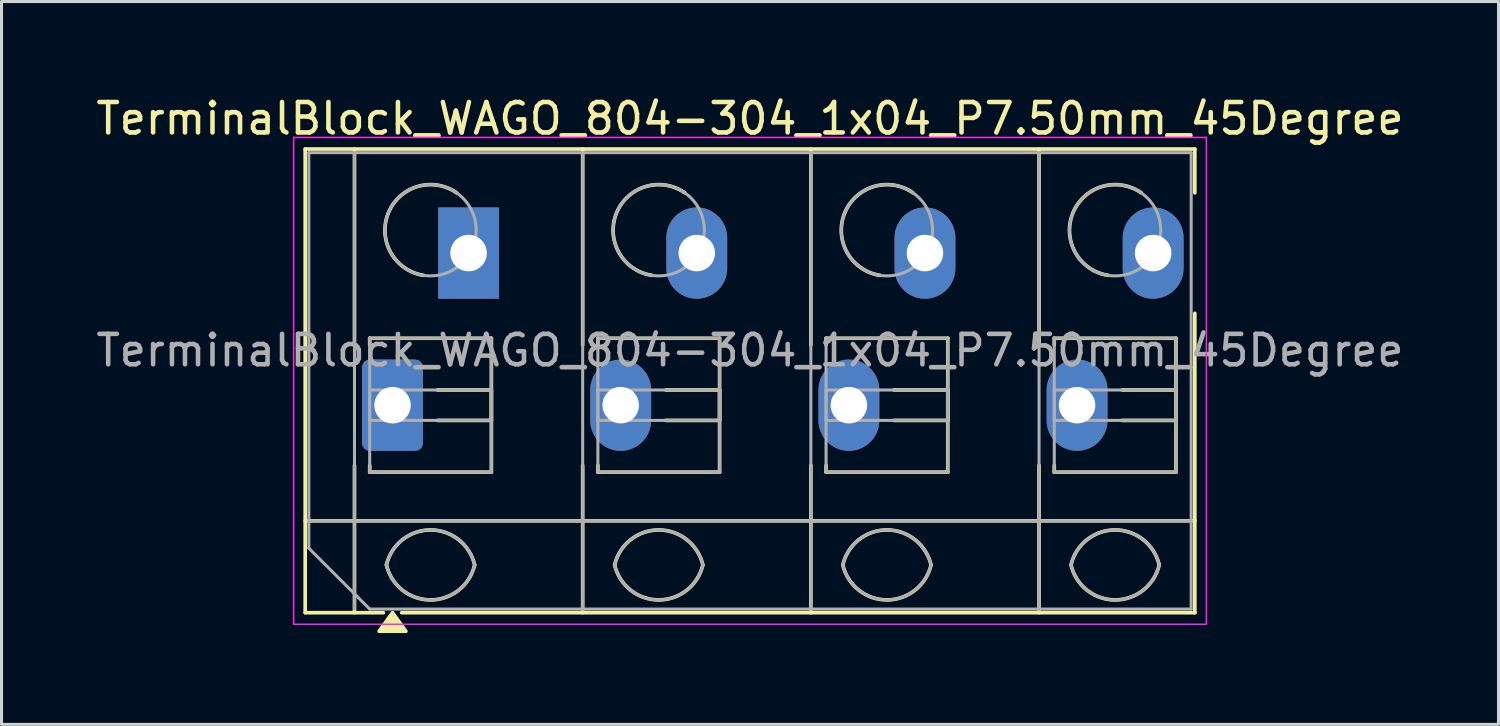
<source format=kicad_pcb>
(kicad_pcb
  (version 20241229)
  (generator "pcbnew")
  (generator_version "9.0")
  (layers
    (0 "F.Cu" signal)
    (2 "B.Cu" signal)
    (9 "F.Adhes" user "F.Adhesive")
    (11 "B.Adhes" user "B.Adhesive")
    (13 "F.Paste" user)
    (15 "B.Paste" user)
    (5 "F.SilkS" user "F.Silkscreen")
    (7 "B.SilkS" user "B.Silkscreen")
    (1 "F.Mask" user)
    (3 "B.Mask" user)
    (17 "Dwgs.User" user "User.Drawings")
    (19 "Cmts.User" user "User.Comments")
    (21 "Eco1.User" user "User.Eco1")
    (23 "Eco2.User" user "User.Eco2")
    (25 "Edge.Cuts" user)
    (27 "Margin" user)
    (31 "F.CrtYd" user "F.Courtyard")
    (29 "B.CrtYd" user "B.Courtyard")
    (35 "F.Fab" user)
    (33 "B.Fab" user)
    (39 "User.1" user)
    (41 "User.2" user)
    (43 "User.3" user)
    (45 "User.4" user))
  (footprint "TerminalBlock_WAGO_804-304_1x04_P7.50mm_45Degree"
    (layer "F.Cu")
    (at 9.851 10.268)
    (property "Reference" "TerminalBlock_WAGO_804-304_1x04_P7.50mm_45Degree" (at 11.75 -9.42 0) (layer "F.SilkS") (effects (font (size 1 1) (thickness 0.15))))
    (attr through_hole)
    (fp_line (start -2.87 -8.42) (end 26.37 -8.42) (stroke (width 0.12) (type solid)) (layer "F.SilkS"))
    (fp_line (start -2.87 3.8) (end 26.37 3.8) (stroke (width 0.12) (type solid)) (layer "F.SilkS"))
    (fp_line (start -2.87 6.82) (end -2.87 -8.42) (stroke (width 0.12) (type solid)) (layer "F.SilkS"))
    (fp_line (start -1.25 -8.42) (end -1.25 -1.98) (stroke (width 0.12) (type solid)) (layer "F.SilkS"))
    (fp_line (start -1.25 1.98) (end -1.25 6.82) (stroke (width 0.12) (type solid)) (layer "F.SilkS"))
    (fp_line (start -0.75 -2.2) (end 3.25 -2.2) (stroke (width 0.12) (type solid)) (layer "F.SilkS"))
    (fp_line (start -0.75 -1.98) (end -0.75 -2.2) (stroke (width 0.12) (type solid)) (layer "F.SilkS"))
    (fp_line (start -0.75 2.2) (end -0.75 1.98) (stroke (width 0.12) (type solid)) (layer "F.SilkS"))
    (fp_line (start -0.3 6.82) (end -2.87 6.82) (stroke (width 0.12) (type solid)) (layer "F.SilkS"))
    (fp_line (start 1.48 -0.5) (end 3.25 -0.5) (stroke (width 0.12) (type solid)) (layer "F.SilkS"))
    (fp_line (start 3.25 -2.2) (end 3.25 2.2) (stroke (width 0.12) (type solid)) (layer "F.SilkS"))
    (fp_line (start 3.25 -0.5) (end 3.25 0.5) (stroke (width 0.12) (type solid)) (layer "F.SilkS"))
    (fp_line (start 3.25 0.5) (end 1.48 0.5) (stroke (width 0.12) (type solid)) (layer "F.SilkS"))
    (fp_line (start 3.25 2.2) (end -0.75 2.2) (stroke (width 0.12) (type solid)) (layer "F.SilkS"))
    (fp_line (start 6.25 -8.42) (end 6.25 -1.98) (stroke (width 0.12) (type solid)) (layer "F.SilkS"))
    (fp_line (start 6.25 1.98) (end 6.25 6.82) (stroke (width 0.12) (type solid)) (layer "F.SilkS"))
    (fp_line (start 6.75 -2.2) (end 10.75 -2.2) (stroke (width 0.12) (type solid)) (layer "F.SilkS"))
    (fp_line (start 6.75 -1.98) (end 6.75 -2.2) (stroke (width 0.12) (type solid)) (layer "F.SilkS"))
    (fp_line (start 6.75 2.2) (end 6.75 1.98) (stroke (width 0.12) (type solid)) (layer "F.SilkS"))
    (fp_line (start 8.98 -0.5) (end 10.75 -0.5) (stroke (width 0.12) (type solid)) (layer "F.SilkS"))
    (fp_line (start 10.75 -2.2) (end 10.75 2.2) (stroke (width 0.12) (type solid)) (layer "F.SilkS"))
    (fp_line (start 10.75 -0.5) (end 10.75 0.5) (stroke (width 0.12) (type solid)) (layer "F.SilkS"))
    (fp_line (start 10.75 0.5) (end 8.98 0.5) (stroke (width 0.12) (type solid)) (layer "F.SilkS"))
    (fp_line (start 10.75 2.2) (end 6.75 2.2) (stroke (width 0.12) (type solid)) (layer "F.SilkS"))
    (fp_line (start 13.75 -8.42) (end 13.75 -1.98) (stroke (width 0.12) (type solid)) (layer "F.SilkS"))
    (fp_line (start 13.75 1.98) (end 13.75 6.82) (stroke (width 0.12) (type solid)) (layer "F.SilkS"))
    (fp_line (start 14.25 -2.2) (end 18.25 -2.2) (stroke (width 0.12) (type solid)) (layer "F.SilkS"))
    (fp_line (start 14.25 -1.98) (end 14.25 -2.2) (stroke (width 0.12) (type solid)) (layer "F.SilkS"))
    (fp_line (start 14.25 2.2) (end 14.25 1.98) (stroke (width 0.12) (type solid)) (layer "F.SilkS"))
    (fp_line (start 16.48 -0.5) (end 18.25 -0.5) (stroke (width 0.12) (type solid)) (layer "F.SilkS"))
    (fp_line (start 18.25 -2.2) (end 18.25 2.2) (stroke (width 0.12) (type solid)) (layer "F.SilkS"))
    (fp_line (start 18.25 -0.5) (end 18.25 0.5) (stroke (width 0.12) (type solid)) (layer "F.SilkS"))
    (fp_line (start 18.25 0.5) (end 16.48 0.5) (stroke (width 0.12) (type solid)) (layer "F.SilkS"))
    (fp_line (start 18.25 2.2) (end 14.25 2.2) (stroke (width 0.12) (type solid)) (layer "F.SilkS"))
    (fp_line (start 21.25 -8.42) (end 21.25 -1.98) (stroke (width 0.12) (type solid)) (layer "F.SilkS"))
    (fp_line (start 21.25 1.98) (end 21.25 6.82) (stroke (width 0.12) (type solid)) (layer "F.SilkS"))
    (fp_line (start 21.75 -2.2) (end 25.75 -2.2) (stroke (width 0.12) (type solid)) (layer "F.SilkS"))
    (fp_line (start 21.75 -1.98) (end 21.75 -2.2) (stroke (width 0.12) (type solid)) (layer "F.SilkS"))
    (fp_line (start 21.75 2.2) (end 21.75 1.98) (stroke (width 0.12) (type solid)) (layer "F.SilkS"))
    (fp_line (start 23.98 -0.5) (end 25.75 -0.5) (stroke (width 0.12) (type solid)) (layer "F.SilkS"))
    (fp_line (start 25.75 -2.2) (end 25.75 2.2) (stroke (width 0.12) (type solid)) (layer "F.SilkS"))
    (fp_line (start 25.75 -0.5) (end 25.75 0.5) (stroke (width 0.12) (type solid)) (layer "F.SilkS"))
    (fp_line (start 25.75 0.5) (end 23.98 0.5) (stroke (width 0.12) (type solid)) (layer "F.SilkS"))
    (fp_line (start 25.75 2.2) (end 21.75 2.2) (stroke (width 0.12) (type solid)) (layer "F.SilkS"))
    (fp_line (start 26.37 -8.42) (end 26.37 -6.98) (stroke (width 0.12) (type solid)) (layer "F.SilkS"))
    (fp_line (start 26.37 -3.02) (end 26.37 6.82) (stroke (width 0.12) (type solid)) (layer "F.SilkS"))
    (fp_line (start 26.37 6.82) (end 0.3 6.82) (stroke (width 0.12) (type solid)) (layer "F.SilkS"))
    (fp_arc (start -0.2 5.25) (mid 1.25 4.1) (end 2.7 5.25) (stroke (width 0.12) (type solid)) (layer "F.SilkS"))
    (fp_arc (start 1.02 -4.268) (mid -0.141916 -6.309209) (end 2.109 -6.98) (stroke (width 0.12) (type solid)) (layer "F.SilkS"))
    (fp_arc (start 2.7 5.25) (mid 1.25 6.4) (end -0.2 5.25) (stroke (width 0.12) (type solid)) (layer "F.SilkS"))
    (fp_arc (start 7.3 5.25) (mid 8.75 4.1) (end 10.2 5.25) (stroke (width 0.12) (type solid)) (layer "F.SilkS"))
    (fp_arc (start 8.52 -4.268) (mid 7.358084 -6.309209) (end 9.609 -6.98) (stroke (width 0.12) (type solid)) (layer "F.SilkS"))
    (fp_arc (start 10.2 5.25) (mid 8.75 6.4) (end 7.3 5.25) (stroke (width 0.12) (type solid)) (layer "F.SilkS"))
    (fp_arc (start 14.8 5.25) (mid 16.25 4.1) (end 17.7 5.25) (stroke (width 0.12) (type solid)) (layer "F.SilkS"))
    (fp_arc (start 16.02 -4.268) (mid 14.858084 -6.309209) (end 17.109 -6.98) (stroke (width 0.12) (type solid)) (layer "F.SilkS"))
    (fp_arc (start 17.7 5.25) (mid 16.25 6.4) (end 14.8 5.25) (stroke (width 0.12) (type solid)) (layer "F.SilkS"))
    (fp_arc (start 22.3 5.25) (mid 23.75 4.1) (end 25.2 5.25) (stroke (width 0.12) (type solid)) (layer "F.SilkS"))
    (fp_arc (start 23.52 -4.268) (mid 22.358084 -6.309209) (end 24.609 -6.98) (stroke (width 0.12) (type solid)) (layer "F.SilkS"))
    (fp_arc (start 25.2 5.25) (mid 23.75 6.4) (end 22.3 5.25) (stroke (width 0.12) (type solid)) (layer "F.SilkS"))
    (fp_poly (pts (xy 0 6.82) (xy 0.44 7.43) (xy -0.44 7.43)) (stroke (width 0.12) (type solid)) (fill yes) (layer "F.SilkS"))
    (fp_line (start -3.25 -8.8) (end -3.25 7.2) (stroke (width 0.05) (type solid)) (layer "F.CrtYd"))
    (fp_line (start -3.25 7.2) (end 26.75 7.2) (stroke (width 0.05) (type solid)) (layer "F.CrtYd"))
    (fp_line (start 26.75 -8.8) (end -3.25 -8.8) (stroke (width 0.05) (type solid)) (layer "F.CrtYd"))
    (fp_line (start 26.75 7.2) (end 26.75 -8.8) (stroke (width 0.05) (type solid)) (layer "F.CrtYd"))
    (fp_line (start -2.75 -8.3) (end 26.25 -8.3) (stroke (width 0.1) (type solid)) (layer "F.Fab"))
    (fp_line (start -2.75 3.8) (end 26.25 3.8) (stroke (width 0.1) (type solid)) (layer "F.Fab"))
    (fp_line (start -2.75 4.7) (end -2.75 -8.3) (stroke (width 0.1) (type solid)) (layer "F.Fab"))
    (fp_line (start -1.25 -8.3) (end -1.25 6.7) (stroke (width 0.1) (type solid)) (layer "F.Fab"))
    (fp_line (start -0.75 -2.2) (end -0.75 2.2) (stroke (width 0.1) (type solid)) (layer "F.Fab"))
    (fp_line (start -0.75 -0.5) (end -0.75 0.5) (stroke (width 0.1) (type solid)) (layer "F.Fab"))
    (fp_line (start -0.75 0.5) (end 3.25 0.5) (stroke (width 0.1) (type solid)) (layer "F.Fab"))
    (fp_line (start -0.75 2.2) (end 3.25 2.2) (stroke (width 0.1) (type solid)) (layer "F.Fab"))
    (fp_line (start -0.75 6.7) (end -2.75 4.7) (stroke (width 0.1) (type solid)) (layer "F.Fab"))
    (fp_line (start 3.25 -2.2) (end -0.75 -2.2) (stroke (width 0.1) (type solid)) (layer "F.Fab"))
    (fp_line (start 3.25 -0.5) (end -0.75 -0.5) (stroke (width 0.1) (type solid)) (layer "F.Fab"))
    (fp_line (start 3.25 0.5) (end 3.25 -0.5) (stroke (width 0.1) (type solid)) (layer "F.Fab"))
    (fp_line (start 3.25 2.2) (end 3.25 -2.2) (stroke (width 0.1) (type solid)) (layer "F.Fab"))
    (fp_line (start 6.25 -8.3) (end 6.25 6.7) (stroke (width 0.1) (type solid)) (layer "F.Fab"))
    (fp_line (start 6.75 -2.2) (end 6.75 2.2) (stroke (width 0.1) (type solid)) (layer "F.Fab"))
    (fp_line (start 6.75 -0.5) (end 6.75 0.5) (stroke (width 0.1) (type solid)) (layer "F.Fab"))
    (fp_line (start 6.75 0.5) (end 10.75 0.5) (stroke (width 0.1) (type solid)) (layer "F.Fab"))
    (fp_line (start 6.75 2.2) (end 10.75 2.2) (stroke (width 0.1) (type solid)) (layer "F.Fab"))
    (fp_line (start 10.75 -2.2) (end 6.75 -2.2) (stroke (width 0.1) (type solid)) (layer "F.Fab"))
    (fp_line (start 10.75 -0.5) (end 6.75 -0.5) (stroke (width 0.1) (type solid)) (layer "F.Fab"))
    (fp_line (start 10.75 0.5) (end 10.75 -0.5) (stroke (width 0.1) (type solid)) (layer "F.Fab"))
    (fp_line (start 10.75 2.2) (end 10.75 -2.2) (stroke (width 0.1) (type solid)) (layer "F.Fab"))
    (fp_line (start 13.75 -8.3) (end 13.75 6.7) (stroke (width 0.1) (type solid)) (layer "F.Fab"))
    (fp_line (start 14.25 -2.2) (end 14.25 2.2) (stroke (width 0.1) (type solid)) (layer "F.Fab"))
    (fp_line (start 14.25 -0.5) (end 14.25 0.5) (stroke (width 0.1) (type solid)) (layer "F.Fab"))
    (fp_line (start 14.25 0.5) (end 18.25 0.5) (stroke (width 0.1) (type solid)) (layer "F.Fab"))
    (fp_line (start 14.25 2.2) (end 18.25 2.2) (stroke (width 0.1) (type solid)) (layer "F.Fab"))
    (fp_line (start 18.25 -2.2) (end 14.25 -2.2) (stroke (width 0.1) (type solid)) (layer "F.Fab"))
    (fp_line (start 18.25 -0.5) (end 14.25 -0.5) (stroke (width 0.1) (type solid)) (layer "F.Fab"))
    (fp_line (start 18.25 0.5) (end 18.25 -0.5) (stroke (width 0.1) (type solid)) (layer "F.Fab"))
    (fp_line (start 18.25 2.2) (end 18.25 -2.2) (stroke (width 0.1) (type solid)) (layer "F.Fab"))
    (fp_line (start 21.25 -8.3) (end 21.25 6.7) (stroke (width 0.1) (type solid)) (layer "F.Fab"))
    (fp_line (start 21.75 -2.2) (end 21.75 2.2) (stroke (width 0.1) (type solid)) (layer "F.Fab"))
    (fp_line (start 21.75 -0.5) (end 21.75 0.5) (stroke (width 0.1) (type solid)) (layer "F.Fab"))
    (fp_line (start 21.75 0.5) (end 25.75 0.5) (stroke (width 0.1) (type solid)) (layer "F.Fab"))
    (fp_line (start 21.75 2.2) (end 25.75 2.2) (stroke (width 0.1) (type solid)) (layer "F.Fab"))
    (fp_line (start 25.75 -2.2) (end 21.75 -2.2) (stroke (width 0.1) (type solid)) (layer "F.Fab"))
    (fp_line (start 25.75 -0.5) (end 21.75 -0.5) (stroke (width 0.1) (type solid)) (layer "F.Fab"))
    (fp_line (start 25.75 0.5) (end 25.75 -0.5) (stroke (width 0.1) (type solid)) (layer "F.Fab"))
    (fp_line (start 25.75 2.2) (end 25.75 -2.2) (stroke (width 0.1) (type solid)) (layer "F.Fab"))
    (fp_line (start 26.25 -8.3) (end 26.25 6.7) (stroke (width 0.1) (type solid)) (layer "F.Fab"))
    (fp_line (start 26.25 6.7) (end -0.75 6.7) (stroke (width 0.1) (type solid)) (layer "F.Fab"))
    (fp_arc (start -0.2 5.25) (mid 1.25 4.1) (end 2.7 5.25) (stroke (width 0.1) (type solid)) (layer "F.Fab"))
    (fp_arc (start 2.7 5.25) (mid 1.25 6.4) (end -0.2 5.25) (stroke (width 0.1) (type solid)) (layer "F.Fab"))
    (fp_arc (start 7.3 5.25) (mid 8.75 4.1) (end 10.2 5.25) (stroke (width 0.1) (type solid)) (layer "F.Fab"))
    (fp_arc (start 10.2 5.25) (mid 8.75 6.4) (end 7.3 5.25) (stroke (width 0.1) (type solid)) (layer "F.Fab"))
    (fp_arc (start 14.8 5.25) (mid 16.25 4.1) (end 17.7 5.25) (stroke (width 0.1) (type solid)) (layer "F.Fab"))
    (fp_arc (start 17.7 5.25) (mid 16.25 6.4) (end 14.8 5.25) (stroke (width 0.1) (type solid)) (layer "F.Fab"))
    (fp_arc (start 22.3 5.25) (mid 23.75 4.1) (end 25.2 5.25) (stroke (width 0.1) (type solid)) (layer "F.Fab"))
    (fp_arc (start 25.2 5.25) (mid 23.75 6.4) (end 22.3 5.25) (stroke (width 0.1) (type solid)) (layer "F.Fab"))
    (fp_circle (center 1.25 -5.75) (end 2.75 -5.75) (stroke (width 0.1) (type solid)) (fill no) (layer "F.Fab"))
    (fp_circle (center 8.75 -5.75) (end 10.25 -5.75) (stroke (width 0.1) (type solid)) (fill no) (layer "F.Fab"))
    (fp_circle (center 16.25 -5.75) (end 17.75 -5.75) (stroke (width 0.1) (type solid)) (fill no) (layer "F.Fab"))
    (fp_circle (center 23.75 -5.75) (end 25.25 -5.75) (stroke (width 0.1) (type solid)) (fill no) (layer "F.Fab"))
    (fp_text user "${REFERENCE}" (at 11.75 -1.8 0) (layer "F.Fab") (effects (font (size 1 1) (thickness 0.15))))
    (pad "1" thru_hole roundrect (at 0 0) (size 2 3) (drill 1.2) (layers "*.Cu" "*.Mask") (roundrect_rratio 0.125))
    (pad "1" thru_hole rect (at 2.5 -5) (size 2 3) (drill 1.2) (layers "*.Cu" "*.Mask"))
    (pad "2" thru_hole oval (at 7.5 0) (size 2 3) (drill 1.2) (layers "*.Cu" "*.Mask"))
    (pad "2" thru_hole oval (at 10 -5) (size 2 3) (drill 1.2) (layers "*.Cu" "*.Mask"))
    (pad "3" thru_hole oval (at 15 0) (size 2 3) (drill 1.2) (layers "*.Cu" "*.Mask"))
    (pad "3" thru_hole oval (at 17.5 -5) (size 2 3) (drill 1.2) (layers "*.Cu" "*.Mask"))
    (pad "4" thru_hole oval (at 22.5 0) (size 2 3) (drill 1.2) (layers "*.Cu" "*.Mask"))
    (pad "4" thru_hole oval (at 25 -5) (size 2 3) (drill 1.2) (layers "*.Cu" "*.Mask")))
  (gr_rect
    (start -3 -3)
    (end 46.202 20.758)
    (stroke (width 0.1) (type default))
    (fill no)
    (layer "Edge.Cuts")))
</source>
